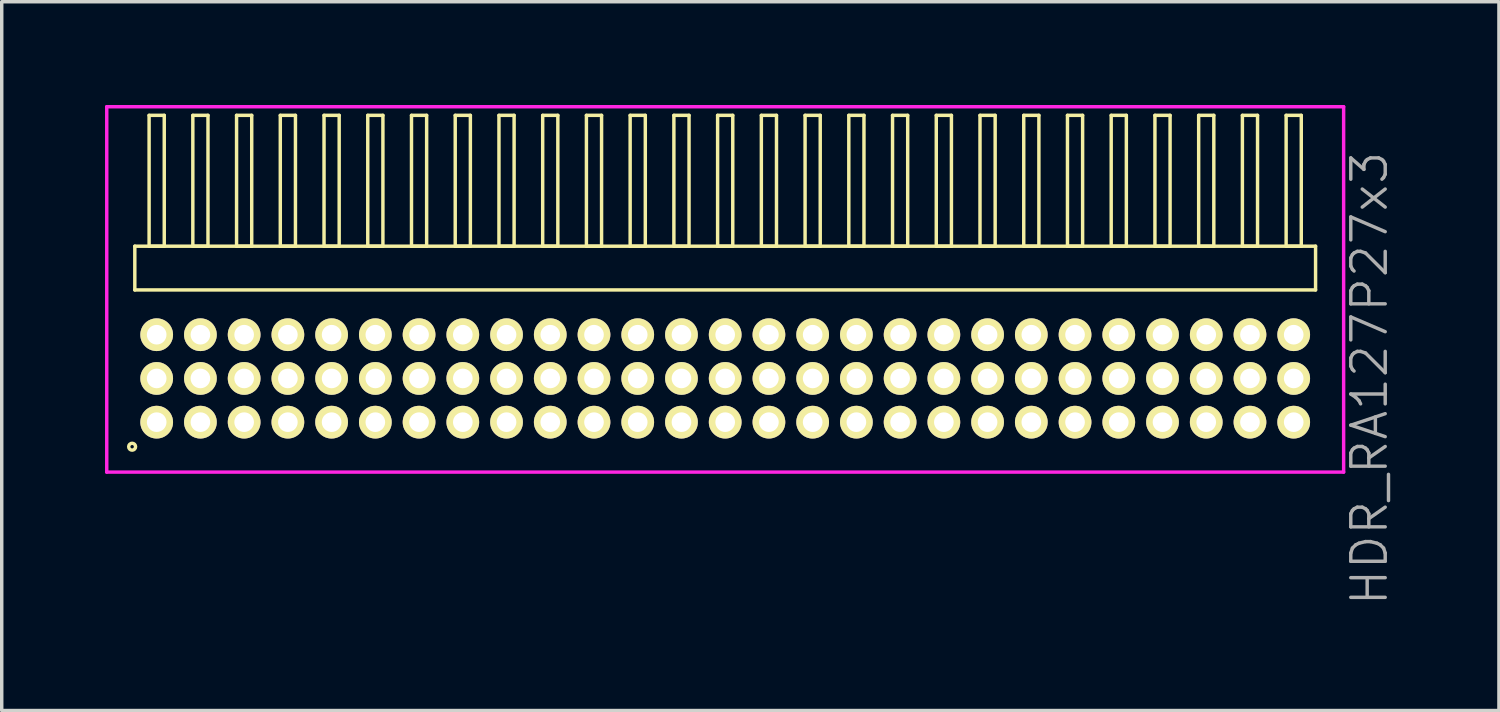
<source format=kicad_pcb>
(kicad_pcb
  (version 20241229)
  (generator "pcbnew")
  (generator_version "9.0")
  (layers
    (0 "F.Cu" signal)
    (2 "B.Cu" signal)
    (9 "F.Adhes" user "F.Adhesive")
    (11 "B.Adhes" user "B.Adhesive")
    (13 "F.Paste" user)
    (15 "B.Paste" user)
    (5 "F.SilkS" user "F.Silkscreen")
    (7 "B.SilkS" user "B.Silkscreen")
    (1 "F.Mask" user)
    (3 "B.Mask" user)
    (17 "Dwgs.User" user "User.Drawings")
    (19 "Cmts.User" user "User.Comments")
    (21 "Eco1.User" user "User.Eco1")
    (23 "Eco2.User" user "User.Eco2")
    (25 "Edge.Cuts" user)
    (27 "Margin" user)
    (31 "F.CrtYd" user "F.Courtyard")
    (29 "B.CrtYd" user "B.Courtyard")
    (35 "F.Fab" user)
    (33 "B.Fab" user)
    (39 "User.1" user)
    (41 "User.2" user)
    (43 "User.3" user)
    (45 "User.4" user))
  (footprint "HDR_RA127P27x3"
    (layer "F.Cu")
    (at 18.01 7.94)
    (property "Reference" "HDR_RA127P27x3" (at 18.71 0 90) (layer "F.Fab") (effects (font (size 1 1) (thickness 0.1))))
    (attr through_hole)
    (fp_line (start -17.145 -3.84) (end -17.145 -2.57) (stroke (width 0.1) (type solid)) (layer "F.SilkS"))
    (fp_line (start -17.145 -2.57) (end 17.145 -2.57) (stroke (width 0.1) (type solid)) (layer "F.SilkS"))
    (fp_line (start -16.73 -7.64) (end -16.73 -3.84) (stroke (width 0.1) (type solid)) (layer "F.SilkS"))
    (fp_line (start -16.73 -3.84) (end -16.29 -3.84) (stroke (width 0.1) (type solid)) (layer "F.SilkS"))
    (fp_line (start -16.29 -7.64) (end -16.73 -7.64) (stroke (width 0.1) (type solid)) (layer "F.SilkS"))
    (fp_line (start -16.29 -3.84) (end -16.29 -7.64) (stroke (width 0.1) (type solid)) (layer "F.SilkS"))
    (fp_line (start -15.46 -7.64) (end -15.46 -3.84) (stroke (width 0.1) (type solid)) (layer "F.SilkS"))
    (fp_line (start -15.46 -3.84) (end -15.02 -3.84) (stroke (width 0.1) (type solid)) (layer "F.SilkS"))
    (fp_line (start -15.02 -7.64) (end -15.46 -7.64) (stroke (width 0.1) (type solid)) (layer "F.SilkS"))
    (fp_line (start -15.02 -3.84) (end -15.02 -7.64) (stroke (width 0.1) (type solid)) (layer "F.SilkS"))
    (fp_line (start -14.19 -7.64) (end -14.19 -3.84) (stroke (width 0.1) (type solid)) (layer "F.SilkS"))
    (fp_line (start -14.19 -3.84) (end -13.75 -3.84) (stroke (width 0.1) (type solid)) (layer "F.SilkS"))
    (fp_line (start -13.75 -7.64) (end -14.19 -7.64) (stroke (width 0.1) (type solid)) (layer "F.SilkS"))
    (fp_line (start -13.75 -3.84) (end -13.75 -7.64) (stroke (width 0.1) (type solid)) (layer "F.SilkS"))
    (fp_line (start -12.92 -7.64) (end -12.92 -3.84) (stroke (width 0.1) (type solid)) (layer "F.SilkS"))
    (fp_line (start -12.92 -3.84) (end -12.48 -3.84) (stroke (width 0.1) (type solid)) (layer "F.SilkS"))
    (fp_line (start -12.48 -7.64) (end -12.92 -7.64) (stroke (width 0.1) (type solid)) (layer "F.SilkS"))
    (fp_line (start -12.48 -3.84) (end -12.48 -7.64) (stroke (width 0.1) (type solid)) (layer "F.SilkS"))
    (fp_line (start -11.65 -7.64) (end -11.65 -3.84) (stroke (width 0.1) (type solid)) (layer "F.SilkS"))
    (fp_line (start -11.65 -3.84) (end -11.21 -3.84) (stroke (width 0.1) (type solid)) (layer "F.SilkS"))
    (fp_line (start -11.21 -7.64) (end -11.65 -7.64) (stroke (width 0.1) (type solid)) (layer "F.SilkS"))
    (fp_line (start -11.21 -3.84) (end -11.21 -7.64) (stroke (width 0.1) (type solid)) (layer "F.SilkS"))
    (fp_line (start -10.38 -7.64) (end -10.38 -3.84) (stroke (width 0.1) (type solid)) (layer "F.SilkS"))
    (fp_line (start -10.38 -3.84) (end -9.94 -3.84) (stroke (width 0.1) (type solid)) (layer "F.SilkS"))
    (fp_line (start -9.94 -7.64) (end -10.38 -7.64) (stroke (width 0.1) (type solid)) (layer "F.SilkS"))
    (fp_line (start -9.94 -3.84) (end -9.94 -7.64) (stroke (width 0.1) (type solid)) (layer "F.SilkS"))
    (fp_line (start -9.11 -7.64) (end -9.11 -3.84) (stroke (width 0.1) (type solid)) (layer "F.SilkS"))
    (fp_line (start -9.11 -3.84) (end -8.67 -3.84) (stroke (width 0.1) (type solid)) (layer "F.SilkS"))
    (fp_line (start -8.67 -7.64) (end -9.11 -7.64) (stroke (width 0.1) (type solid)) (layer "F.SilkS"))
    (fp_line (start -8.67 -3.84) (end -8.67 -7.64) (stroke (width 0.1) (type solid)) (layer "F.SilkS"))
    (fp_line (start -7.84 -7.64) (end -7.84 -3.84) (stroke (width 0.1) (type solid)) (layer "F.SilkS"))
    (fp_line (start -7.84 -3.84) (end -7.4 -3.84) (stroke (width 0.1) (type solid)) (layer "F.SilkS"))
    (fp_line (start -7.4 -7.64) (end -7.84 -7.64) (stroke (width 0.1) (type solid)) (layer "F.SilkS"))
    (fp_line (start -7.4 -3.84) (end -7.4 -7.64) (stroke (width 0.1) (type solid)) (layer "F.SilkS"))
    (fp_line (start -6.57 -7.64) (end -6.57 -3.84) (stroke (width 0.1) (type solid)) (layer "F.SilkS"))
    (fp_line (start -6.57 -3.84) (end -6.13 -3.84) (stroke (width 0.1) (type solid)) (layer "F.SilkS"))
    (fp_line (start -6.13 -7.64) (end -6.57 -7.64) (stroke (width 0.1) (type solid)) (layer "F.SilkS"))
    (fp_line (start -6.13 -3.84) (end -6.13 -7.64) (stroke (width 0.1) (type solid)) (layer "F.SilkS"))
    (fp_line (start -5.3 -7.64) (end -5.3 -3.84) (stroke (width 0.1) (type solid)) (layer "F.SilkS"))
    (fp_line (start -5.3 -3.84) (end -4.86 -3.84) (stroke (width 0.1) (type solid)) (layer "F.SilkS"))
    (fp_line (start -4.86 -7.64) (end -5.3 -7.64) (stroke (width 0.1) (type solid)) (layer "F.SilkS"))
    (fp_line (start -4.86 -3.84) (end -4.86 -7.64) (stroke (width 0.1) (type solid)) (layer "F.SilkS"))
    (fp_line (start -4.03 -7.64) (end -4.03 -3.84) (stroke (width 0.1) (type solid)) (layer "F.SilkS"))
    (fp_line (start -4.03 -3.84) (end -3.59 -3.84) (stroke (width 0.1) (type solid)) (layer "F.SilkS"))
    (fp_line (start -3.59 -7.64) (end -4.03 -7.64) (stroke (width 0.1) (type solid)) (layer "F.SilkS"))
    (fp_line (start -3.59 -3.84) (end -3.59 -7.64) (stroke (width 0.1) (type solid)) (layer "F.SilkS"))
    (fp_line (start -2.76 -7.64) (end -2.76 -3.84) (stroke (width 0.1) (type solid)) (layer "F.SilkS"))
    (fp_line (start -2.76 -3.84) (end -2.32 -3.84) (stroke (width 0.1) (type solid)) (layer "F.SilkS"))
    (fp_line (start -2.32 -7.64) (end -2.76 -7.64) (stroke (width 0.1) (type solid)) (layer "F.SilkS"))
    (fp_line (start -2.32 -3.84) (end -2.32 -7.64) (stroke (width 0.1) (type solid)) (layer "F.SilkS"))
    (fp_line (start -1.49 -7.64) (end -1.49 -3.84) (stroke (width 0.1) (type solid)) (layer "F.SilkS"))
    (fp_line (start -1.49 -3.84) (end -1.05 -3.84) (stroke (width 0.1) (type solid)) (layer "F.SilkS"))
    (fp_line (start -1.05 -7.64) (end -1.49 -7.64) (stroke (width 0.1) (type solid)) (layer "F.SilkS"))
    (fp_line (start -1.05 -3.84) (end -1.05 -7.64) (stroke (width 0.1) (type solid)) (layer "F.SilkS"))
    (fp_line (start -0.22 -7.64) (end -0.22 -3.84) (stroke (width 0.1) (type solid)) (layer "F.SilkS"))
    (fp_line (start -0.22 -3.84) (end 0.22 -3.84) (stroke (width 0.1) (type solid)) (layer "F.SilkS"))
    (fp_line (start 0.22 -7.64) (end -0.22 -7.64) (stroke (width 0.1) (type solid)) (layer "F.SilkS"))
    (fp_line (start 0.22 -3.84) (end 0.22 -7.64) (stroke (width 0.1) (type solid)) (layer "F.SilkS"))
    (fp_line (start 1.05 -7.64) (end 1.05 -3.84) (stroke (width 0.1) (type solid)) (layer "F.SilkS"))
    (fp_line (start 1.05 -3.84) (end 1.49 -3.84) (stroke (width 0.1) (type solid)) (layer "F.SilkS"))
    (fp_line (start 1.49 -7.64) (end 1.05 -7.64) (stroke (width 0.1) (type solid)) (layer "F.SilkS"))
    (fp_line (start 1.49 -3.84) (end 1.49 -7.64) (stroke (width 0.1) (type solid)) (layer "F.SilkS"))
    (fp_line (start 2.32 -7.64) (end 2.32 -3.84) (stroke (width 0.1) (type solid)) (layer "F.SilkS"))
    (fp_line (start 2.32 -3.84) (end 2.76 -3.84) (stroke (width 0.1) (type solid)) (layer "F.SilkS"))
    (fp_line (start 2.76 -7.64) (end 2.32 -7.64) (stroke (width 0.1) (type solid)) (layer "F.SilkS"))
    (fp_line (start 2.76 -3.84) (end 2.76 -7.64) (stroke (width 0.1) (type solid)) (layer "F.SilkS"))
    (fp_line (start 3.59 -7.64) (end 3.59 -3.84) (stroke (width 0.1) (type solid)) (layer "F.SilkS"))
    (fp_line (start 3.59 -3.84) (end 4.03 -3.84) (stroke (width 0.1) (type solid)) (layer "F.SilkS"))
    (fp_line (start 4.03 -7.64) (end 3.59 -7.64) (stroke (width 0.1) (type solid)) (layer "F.SilkS"))
    (fp_line (start 4.03 -3.84) (end 4.03 -7.64) (stroke (width 0.1) (type solid)) (layer "F.SilkS"))
    (fp_line (start 4.86 -7.64) (end 4.86 -3.84) (stroke (width 0.1) (type solid)) (layer "F.SilkS"))
    (fp_line (start 4.86 -3.84) (end 5.3 -3.84) (stroke (width 0.1) (type solid)) (layer "F.SilkS"))
    (fp_line (start 5.3 -7.64) (end 4.86 -7.64) (stroke (width 0.1) (type solid)) (layer "F.SilkS"))
    (fp_line (start 5.3 -3.84) (end 5.3 -7.64) (stroke (width 0.1) (type solid)) (layer "F.SilkS"))
    (fp_line (start 6.13 -7.64) (end 6.13 -3.84) (stroke (width 0.1) (type solid)) (layer "F.SilkS"))
    (fp_line (start 6.13 -3.84) (end 6.57 -3.84) (stroke (width 0.1) (type solid)) (layer "F.SilkS"))
    (fp_line (start 6.57 -7.64) (end 6.13 -7.64) (stroke (width 0.1) (type solid)) (layer "F.SilkS"))
    (fp_line (start 6.57 -3.84) (end 6.57 -7.64) (stroke (width 0.1) (type solid)) (layer "F.SilkS"))
    (fp_line (start 7.4 -7.64) (end 7.4 -3.84) (stroke (width 0.1) (type solid)) (layer "F.SilkS"))
    (fp_line (start 7.4 -3.84) (end 7.84 -3.84) (stroke (width 0.1) (type solid)) (layer "F.SilkS"))
    (fp_line (start 7.84 -7.64) (end 7.4 -7.64) (stroke (width 0.1) (type solid)) (layer "F.SilkS"))
    (fp_line (start 7.84 -3.84) (end 7.84 -7.64) (stroke (width 0.1) (type solid)) (layer "F.SilkS"))
    (fp_line (start 8.67 -7.64) (end 8.67 -3.84) (stroke (width 0.1) (type solid)) (layer "F.SilkS"))
    (fp_line (start 8.67 -3.84) (end 9.11 -3.84) (stroke (width 0.1) (type solid)) (layer "F.SilkS"))
    (fp_line (start 9.11 -7.64) (end 8.67 -7.64) (stroke (width 0.1) (type solid)) (layer "F.SilkS"))
    (fp_line (start 9.11 -3.84) (end 9.11 -7.64) (stroke (width 0.1) (type solid)) (layer "F.SilkS"))
    (fp_line (start 9.94 -7.64) (end 9.94 -3.84) (stroke (width 0.1) (type solid)) (layer "F.SilkS"))
    (fp_line (start 9.94 -3.84) (end 10.38 -3.84) (stroke (width 0.1) (type solid)) (layer "F.SilkS"))
    (fp_line (start 10.38 -7.64) (end 9.94 -7.64) (stroke (width 0.1) (type solid)) (layer "F.SilkS"))
    (fp_line (start 10.38 -3.84) (end 10.38 -7.64) (stroke (width 0.1) (type solid)) (layer "F.SilkS"))
    (fp_line (start 11.21 -7.64) (end 11.21 -3.84) (stroke (width 0.1) (type solid)) (layer "F.SilkS"))
    (fp_line (start 11.21 -3.84) (end 11.65 -3.84) (stroke (width 0.1) (type solid)) (layer "F.SilkS"))
    (fp_line (start 11.65 -7.64) (end 11.21 -7.64) (stroke (width 0.1) (type solid)) (layer "F.SilkS"))
    (fp_line (start 11.65 -3.84) (end 11.65 -7.64) (stroke (width 0.1) (type solid)) (layer "F.SilkS"))
    (fp_line (start 12.48 -7.64) (end 12.48 -3.84) (stroke (width 0.1) (type solid)) (layer "F.SilkS"))
    (fp_line (start 12.48 -3.84) (end 12.92 -3.84) (stroke (width 0.1) (type solid)) (layer "F.SilkS"))
    (fp_line (start 12.92 -7.64) (end 12.48 -7.64) (stroke (width 0.1) (type solid)) (layer "F.SilkS"))
    (fp_line (start 12.92 -3.84) (end 12.92 -7.64) (stroke (width 0.1) (type solid)) (layer "F.SilkS"))
    (fp_line (start 13.75 -7.64) (end 13.75 -3.84) (stroke (width 0.1) (type solid)) (layer "F.SilkS"))
    (fp_line (start 13.75 -3.84) (end 14.19 -3.84) (stroke (width 0.1) (type solid)) (layer "F.SilkS"))
    (fp_line (start 14.19 -7.64) (end 13.75 -7.64) (stroke (width 0.1) (type solid)) (layer "F.SilkS"))
    (fp_line (start 14.19 -3.84) (end 14.19 -7.64) (stroke (width 0.1) (type solid)) (layer "F.SilkS"))
    (fp_line (start 15.02 -7.64) (end 15.02 -3.84) (stroke (width 0.1) (type solid)) (layer "F.SilkS"))
    (fp_line (start 15.02 -3.84) (end 15.46 -3.84) (stroke (width 0.1) (type solid)) (layer "F.SilkS"))
    (fp_line (start 15.46 -7.64) (end 15.02 -7.64) (stroke (width 0.1) (type solid)) (layer "F.SilkS"))
    (fp_line (start 15.46 -3.84) (end 15.46 -7.64) (stroke (width 0.1) (type solid)) (layer "F.SilkS"))
    (fp_line (start 16.29 -7.64) (end 16.29 -3.84) (stroke (width 0.1) (type solid)) (layer "F.SilkS"))
    (fp_line (start 16.29 -3.84) (end 16.73 -3.84) (stroke (width 0.1) (type solid)) (layer "F.SilkS"))
    (fp_line (start 16.73 -7.64) (end 16.29 -7.64) (stroke (width 0.1) (type solid)) (layer "F.SilkS"))
    (fp_line (start 16.73 -3.84) (end 16.73 -7.64) (stroke (width 0.1) (type solid)) (layer "F.SilkS"))
    (fp_line (start 17.145 -3.84) (end -17.145 -3.84) (stroke (width 0.1) (type solid)) (layer "F.SilkS"))
    (fp_line (start 17.145 -2.57) (end 17.145 -3.84) (stroke (width 0.1) (type solid)) (layer "F.SilkS"))
    (fp_circle (center -17.223 1.983) (end -17.123 1.983) (stroke (width 0.1) (type solid)) (fill no) (layer "F.SilkS"))
    (fp_line (start -17.96 -7.89) (end -17.96 2.72) (stroke (width 0.1) (type solid)) (layer "F.CrtYd"))
    (fp_line (start -17.96 2.72) (end 17.96 2.72) (stroke (width 0.1) (type solid)) (layer "F.CrtYd"))
    (fp_line (start 17.96 -7.89) (end -17.96 -7.89) (stroke (width 0.1) (type solid)) (layer "F.CrtYd"))
    (fp_line (start 17.96 2.72) (end 17.96 -7.89) (stroke (width 0.1) (type solid)) (layer "F.CrtYd"))
    (pad "1" thru_hole oval (at -16.51 1.27) (size 0.95 0.95) (drill 0.57) (layers "*.Cu" "*.Mask" "F.SilkS"))
    (pad "2" thru_hole oval (at -16.51 0) (size 0.95 0.95) (drill 0.57) (layers "*.Cu" "*.Mask" "F.SilkS"))
    (pad "3" thru_hole oval (at -16.51 -1.27) (size 0.95 0.95) (drill 0.57) (layers "*.Cu" "*.Mask" "F.SilkS"))
    (pad "4" thru_hole oval (at -15.24 1.27) (size 0.95 0.95) (drill 0.57) (layers "*.Cu" "*.Mask" "F.SilkS"))
    (pad "5" thru_hole oval (at -15.24 0) (size 0.95 0.95) (drill 0.57) (layers "*.Cu" "*.Mask" "F.SilkS"))
    (pad "6" thru_hole oval (at -15.24 -1.27) (size 0.95 0.95) (drill 0.57) (layers "*.Cu" "*.Mask" "F.SilkS"))
    (pad "7" thru_hole oval (at -13.97 1.27) (size 0.95 0.95) (drill 0.57) (layers "*.Cu" "*.Mask" "F.SilkS"))
    (pad "8" thru_hole oval (at -13.97 0) (size 0.95 0.95) (drill 0.57) (layers "*.Cu" "*.Mask" "F.SilkS"))
    (pad "9" thru_hole oval (at -13.97 -1.27) (size 0.95 0.95) (drill 0.57) (layers "*.Cu" "*.Mask" "F.SilkS"))
    (pad "10" thru_hole oval (at -12.7 1.27) (size 0.95 0.95) (drill 0.57) (layers "*.Cu" "*.Mask" "F.SilkS"))
    (pad "11" thru_hole oval (at -12.7 0) (size 0.95 0.95) (drill 0.57) (layers "*.Cu" "*.Mask" "F.SilkS"))
    (pad "12" thru_hole oval (at -12.7 -1.27) (size 0.95 0.95) (drill 0.57) (layers "*.Cu" "*.Mask" "F.SilkS"))
    (pad "13" thru_hole oval (at -11.43 1.27) (size 0.95 0.95) (drill 0.57) (layers "*.Cu" "*.Mask" "F.SilkS"))
    (pad "14" thru_hole oval (at -11.43 0) (size 0.95 0.95) (drill 0.57) (layers "*.Cu" "*.Mask" "F.SilkS"))
    (pad "15" thru_hole oval (at -11.43 -1.27) (size 0.95 0.95) (drill 0.57) (layers "*.Cu" "*.Mask" "F.SilkS"))
    (pad "16" thru_hole oval (at -10.16 1.27) (size 0.95 0.95) (drill 0.57) (layers "*.Cu" "*.Mask" "F.SilkS"))
    (pad "17" thru_hole oval (at -10.16 0) (size 0.95 0.95) (drill 0.57) (layers "*.Cu" "*.Mask" "F.SilkS"))
    (pad "18" thru_hole oval (at -10.16 -1.27) (size 0.95 0.95) (drill 0.57) (layers "*.Cu" "*.Mask" "F.SilkS"))
    (pad "19" thru_hole oval (at -8.89 1.27) (size 0.95 0.95) (drill 0.57) (layers "*.Cu" "*.Mask" "F.SilkS"))
    (pad "20" thru_hole oval (at -8.89 0) (size 0.95 0.95) (drill 0.57) (layers "*.Cu" "*.Mask" "F.SilkS"))
    (pad "21" thru_hole oval (at -8.89 -1.27) (size 0.95 0.95) (drill 0.57) (layers "*.Cu" "*.Mask" "F.SilkS"))
    (pad "22" thru_hole oval (at -7.62 1.27) (size 0.95 0.95) (drill 0.57) (layers "*.Cu" "*.Mask" "F.SilkS"))
    (pad "23" thru_hole oval (at -7.62 0) (size 0.95 0.95) (drill 0.57) (layers "*.Cu" "*.Mask" "F.SilkS"))
    (pad "24" thru_hole oval (at -7.62 -1.27) (size 0.95 0.95) (drill 0.57) (layers "*.Cu" "*.Mask" "F.SilkS"))
    (pad "25" thru_hole oval (at -6.35 1.27) (size 0.95 0.95) (drill 0.57) (layers "*.Cu" "*.Mask" "F.SilkS"))
    (pad "26" thru_hole oval (at -6.35 0) (size 0.95 0.95) (drill 0.57) (layers "*.Cu" "*.Mask" "F.SilkS"))
    (pad "27" thru_hole oval (at -6.35 -1.27) (size 0.95 0.95) (drill 0.57) (layers "*.Cu" "*.Mask" "F.SilkS"))
    (pad "28" thru_hole oval (at -5.08 1.27) (size 0.95 0.95) (drill 0.57) (layers "*.Cu" "*.Mask" "F.SilkS"))
    (pad "29" thru_hole oval (at -5.08 0) (size 0.95 0.95) (drill 0.57) (layers "*.Cu" "*.Mask" "F.SilkS"))
    (pad "30" thru_hole oval (at -5.08 -1.27) (size 0.95 0.95) (drill 0.57) (layers "*.Cu" "*.Mask" "F.SilkS"))
    (pad "31" thru_hole oval (at -3.81 1.27) (size 0.95 0.95) (drill 0.57) (layers "*.Cu" "*.Mask" "F.SilkS"))
    (pad "32" thru_hole oval (at -3.81 0) (size 0.95 0.95) (drill 0.57) (layers "*.Cu" "*.Mask" "F.SilkS"))
    (pad "33" thru_hole oval (at -3.81 -1.27) (size 0.95 0.95) (drill 0.57) (layers "*.Cu" "*.Mask" "F.SilkS"))
    (pad "34" thru_hole oval (at -2.54 1.27) (size 0.95 0.95) (drill 0.57) (layers "*.Cu" "*.Mask" "F.SilkS"))
    (pad "35" thru_hole oval (at -2.54 0) (size 0.95 0.95) (drill 0.57) (layers "*.Cu" "*.Mask" "F.SilkS"))
    (pad "36" thru_hole oval (at -2.54 -1.27) (size 0.95 0.95) (drill 0.57) (layers "*.Cu" "*.Mask" "F.SilkS"))
    (pad "37" thru_hole oval (at -1.27 1.27) (size 0.95 0.95) (drill 0.57) (layers "*.Cu" "*.Mask" "F.SilkS"))
    (pad "38" thru_hole oval (at -1.27 0) (size 0.95 0.95) (drill 0.57) (layers "*.Cu" "*.Mask" "F.SilkS"))
    (pad "39" thru_hole oval (at -1.27 -1.27) (size 0.95 0.95) (drill 0.57) (layers "*.Cu" "*.Mask" "F.SilkS"))
    (pad "40" thru_hole oval (at 0 1.27) (size 0.95 0.95) (drill 0.57) (layers "*.Cu" "*.Mask" "F.SilkS"))
    (pad "41" thru_hole oval (at 0 0) (size 0.95 0.95) (drill 0.57) (layers "*.Cu" "*.Mask" "F.SilkS"))
    (pad "42" thru_hole oval (at 0 -1.27) (size 0.95 0.95) (drill 0.57) (layers "*.Cu" "*.Mask" "F.SilkS"))
    (pad "43" thru_hole oval (at 1.27 1.27) (size 0.95 0.95) (drill 0.57) (layers "*.Cu" "*.Mask" "F.SilkS"))
    (pad "44" thru_hole oval (at 1.27 0) (size 0.95 0.95) (drill 0.57) (layers "*.Cu" "*.Mask" "F.SilkS"))
    (pad "45" thru_hole oval (at 1.27 -1.27) (size 0.95 0.95) (drill 0.57) (layers "*.Cu" "*.Mask" "F.SilkS"))
    (pad "46" thru_hole oval (at 2.54 1.27) (size 0.95 0.95) (drill 0.57) (layers "*.Cu" "*.Mask" "F.SilkS"))
    (pad "47" thru_hole oval (at 2.54 0) (size 0.95 0.95) (drill 0.57) (layers "*.Cu" "*.Mask" "F.SilkS"))
    (pad "48" thru_hole oval (at 2.54 -1.27) (size 0.95 0.95) (drill 0.57) (layers "*.Cu" "*.Mask" "F.SilkS"))
    (pad "49" thru_hole oval (at 3.81 1.27) (size 0.95 0.95) (drill 0.57) (layers "*.Cu" "*.Mask" "F.SilkS"))
    (pad "50" thru_hole oval (at 3.81 0) (size 0.95 0.95) (drill 0.57) (layers "*.Cu" "*.Mask" "F.SilkS"))
    (pad "51" thru_hole oval (at 3.81 -1.27) (size 0.95 0.95) (drill 0.57) (layers "*.Cu" "*.Mask" "F.SilkS"))
    (pad "52" thru_hole oval (at 5.08 1.27) (size 0.95 0.95) (drill 0.57) (layers "*.Cu" "*.Mask" "F.SilkS"))
    (pad "53" thru_hole oval (at 5.08 0) (size 0.95 0.95) (drill 0.57) (layers "*.Cu" "*.Mask" "F.SilkS"))
    (pad "54" thru_hole oval (at 5.08 -1.27) (size 0.95 0.95) (drill 0.57) (layers "*.Cu" "*.Mask" "F.SilkS"))
    (pad "55" thru_hole oval (at 6.35 1.27) (size 0.95 0.95) (drill 0.57) (layers "*.Cu" "*.Mask" "F.SilkS"))
    (pad "56" thru_hole oval (at 6.35 0) (size 0.95 0.95) (drill 0.57) (layers "*.Cu" "*.Mask" "F.SilkS"))
    (pad "57" thru_hole oval (at 6.35 -1.27) (size 0.95 0.95) (drill 0.57) (layers "*.Cu" "*.Mask" "F.SilkS"))
    (pad "58" thru_hole oval (at 7.62 1.27) (size 0.95 0.95) (drill 0.57) (layers "*.Cu" "*.Mask" "F.SilkS"))
    (pad "59" thru_hole oval (at 7.62 0) (size 0.95 0.95) (drill 0.57) (layers "*.Cu" "*.Mask" "F.SilkS"))
    (pad "60" thru_hole oval (at 7.62 -1.27) (size 0.95 0.95) (drill 0.57) (layers "*.Cu" "*.Mask" "F.SilkS"))
    (pad "61" thru_hole oval (at 8.89 1.27) (size 0.95 0.95) (drill 0.57) (layers "*.Cu" "*.Mask" "F.SilkS"))
    (pad "62" thru_hole oval (at 8.89 0) (size 0.95 0.95) (drill 0.57) (layers "*.Cu" "*.Mask" "F.SilkS"))
    (pad "63" thru_hole oval (at 8.89 -1.27) (size 0.95 0.95) (drill 0.57) (layers "*.Cu" "*.Mask" "F.SilkS"))
    (pad "64" thru_hole oval (at 10.16 1.27) (size 0.95 0.95) (drill 0.57) (layers "*.Cu" "*.Mask" "F.SilkS"))
    (pad "65" thru_hole oval (at 10.16 0) (size 0.95 0.95) (drill 0.57) (layers "*.Cu" "*.Mask" "F.SilkS"))
    (pad "66" thru_hole oval (at 10.16 -1.27) (size 0.95 0.95) (drill 0.57) (layers "*.Cu" "*.Mask" "F.SilkS"))
    (pad "67" thru_hole oval (at 11.43 1.27) (size 0.95 0.95) (drill 0.57) (layers "*.Cu" "*.Mask" "F.SilkS"))
    (pad "68" thru_hole oval (at 11.43 0) (size 0.95 0.95) (drill 0.57) (layers "*.Cu" "*.Mask" "F.SilkS"))
    (pad "69" thru_hole oval (at 11.43 -1.27) (size 0.95 0.95) (drill 0.57) (layers "*.Cu" "*.Mask" "F.SilkS"))
    (pad "70" thru_hole oval (at 12.7 1.27) (size 0.95 0.95) (drill 0.57) (layers "*.Cu" "*.Mask" "F.SilkS"))
    (pad "71" thru_hole oval (at 12.7 0) (size 0.95 0.95) (drill 0.57) (layers "*.Cu" "*.Mask" "F.SilkS"))
    (pad "72" thru_hole oval (at 12.7 -1.27) (size 0.95 0.95) (drill 0.57) (layers "*.Cu" "*.Mask" "F.SilkS"))
    (pad "73" thru_hole oval (at 13.97 1.27) (size 0.95 0.95) (drill 0.57) (layers "*.Cu" "*.Mask" "F.SilkS"))
    (pad "74" thru_hole oval (at 13.97 0) (size 0.95 0.95) (drill 0.57) (layers "*.Cu" "*.Mask" "F.SilkS"))
    (pad "75" thru_hole oval (at 13.97 -1.27) (size 0.95 0.95) (drill 0.57) (layers "*.Cu" "*.Mask" "F.SilkS"))
    (pad "76" thru_hole oval (at 15.24 1.27) (size 0.95 0.95) (drill 0.57) (layers "*.Cu" "*.Mask" "F.SilkS"))
    (pad "77" thru_hole oval (at 15.24 0) (size 0.95 0.95) (drill 0.57) (layers "*.Cu" "*.Mask" "F.SilkS"))
    (pad "78" thru_hole oval (at 15.24 -1.27) (size 0.95 0.95) (drill 0.57) (layers "*.Cu" "*.Mask" "F.SilkS"))
    (pad "79" thru_hole oval (at 16.51 1.27) (size 0.95 0.95) (drill 0.57) (layers "*.Cu" "*.Mask" "F.SilkS"))
    (pad "80" thru_hole oval (at 16.51 0) (size 0.95 0.95) (drill 0.57) (layers "*.Cu" "*.Mask" "F.SilkS"))
    (pad "81" thru_hole oval (at 16.51 -1.27) (size 0.95 0.95) (drill 0.57) (layers "*.Cu" "*.Mask" "F.SilkS")))
  (gr_rect
    (start -3 -3)
    (end 40.48 17.585)
    (stroke (width 0.1) (type default))
    (fill no)
    (layer "Edge.Cuts")))
</source>
